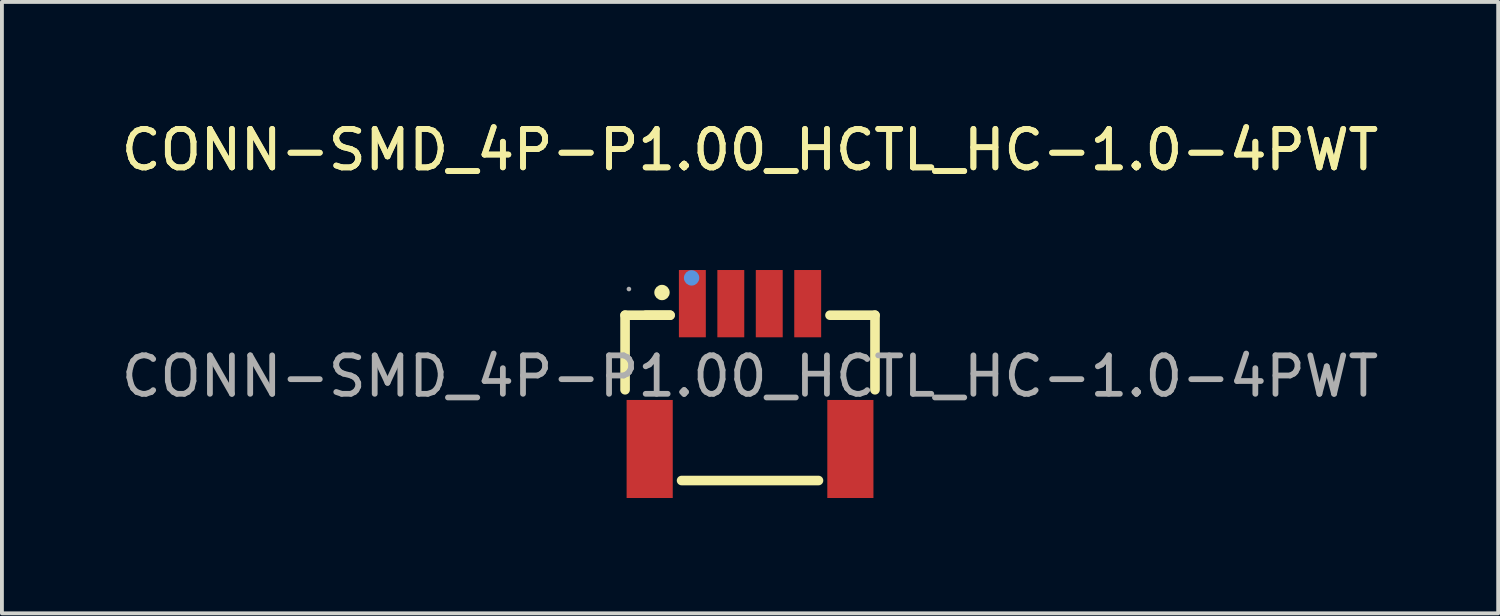
<source format=kicad_pcb>
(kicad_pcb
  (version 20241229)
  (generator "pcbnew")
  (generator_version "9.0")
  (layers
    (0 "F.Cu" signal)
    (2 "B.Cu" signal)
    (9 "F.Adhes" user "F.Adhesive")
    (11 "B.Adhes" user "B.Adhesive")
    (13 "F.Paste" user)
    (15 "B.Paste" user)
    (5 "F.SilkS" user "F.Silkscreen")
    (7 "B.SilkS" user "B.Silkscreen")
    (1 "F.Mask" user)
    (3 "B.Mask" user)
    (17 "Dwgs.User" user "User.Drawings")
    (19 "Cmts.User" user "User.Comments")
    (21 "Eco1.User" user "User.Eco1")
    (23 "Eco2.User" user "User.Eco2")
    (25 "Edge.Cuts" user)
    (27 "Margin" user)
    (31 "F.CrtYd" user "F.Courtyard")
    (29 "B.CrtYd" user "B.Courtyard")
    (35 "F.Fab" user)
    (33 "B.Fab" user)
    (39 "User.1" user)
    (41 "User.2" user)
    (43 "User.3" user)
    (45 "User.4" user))
  (footprint "CONN-SMD_4P-P1.00_HCTL_HC-1.0-4PWT"
    (layer "F.Cu")
    (at 16.458 6.738)
    (property "Reference" "CONN-SMD_4P-P1.00_HCTL_HC-1.0-4PWT" (at 0 -5.89 0) (layer "F.SilkS") (effects (font (size 1 1) (thickness 0.15))))
    (attr smd)
    (fp_line (start -3.25 -1.59) (end -3.25 0.35) (stroke (width 0.25) (type solid)) (layer "F.SilkS"))
    (fp_line (start -2.08 -1.59) (end -3.25 -1.59) (stroke (width 0.25) (type solid)) (layer "F.SilkS"))
    (fp_line (start -2.08 -1.59) (end -2.71 -1.59) (stroke (width 0.25) (type solid)) (layer "F.SilkS"))
    (fp_line (start 1.78 2.71) (end -1.78 2.71) (stroke (width 0.25) (type solid)) (layer "F.SilkS"))
    (fp_line (start 3.25 -1.59) (end 2.08 -1.59) (stroke (width 0.25) (type solid)) (layer "F.SilkS"))
    (fp_line (start 3.25 -1.59) (end 3.25 0.35) (stroke (width 0.25) (type solid)) (layer "F.SilkS"))
    (fp_circle (center -2.29 -2.18) (end -2.19 -2.18) (stroke (width 0.2) (type solid)) (fill no) (layer "F.SilkS"))
    (fp_circle (center -1.52 -2.56) (end -1.42 -2.56) (stroke (width 0.2) (type solid)) (fill no) (layer "Cmts.User"))
    (fp_circle (center -3.15 -2.27) (end -3.12 -2.27) (stroke (width 0.06) (type solid)) (fill no) (layer "F.Fab"))
    (fp_text user "${REFERENCE}" (at 0 -5.89 0) (layer "F.SilkS") (effects (font (size 1 1) (thickness 0.15))))
    (fp_text user "${REFERENCE}" (at 0 0 0) (layer "F.Fab") (effects (font (size 1 1) (thickness 0.15))))
    (pad "1" smd rect (at -1.5 -1.89) (size 0.7 1.75) (layers "F.Cu" "F.Mask" "F.Paste"))
    (pad "2" smd rect (at -0.5 -1.89) (size 0.7 1.75) (layers "F.Cu" "F.Mask" "F.Paste"))
    (pad "3" smd rect (at 0.5 -1.89) (size 0.7 1.75) (layers "F.Cu" "F.Mask" "F.Paste"))
    (pad "4" smd rect (at 1.5 -1.89) (size 0.7 1.75) (layers "F.Cu" "F.Mask" "F.Paste"))
    (pad "5" smd rect (at 2.61 1.89) (size 1.2 2.55) (layers "F.Cu" "F.Mask" "F.Paste"))
    (pad "6" smd rect (at -2.61 1.89) (size 1.2 2.55) (layers "F.Cu" "F.Mask" "F.Paste")))
  (gr_rect
    (start -3 -3)
    (end 35.917 12.903)
    (stroke (width 0.1) (type default))
    (fill no)
    (layer "Edge.Cuts")))
</source>
